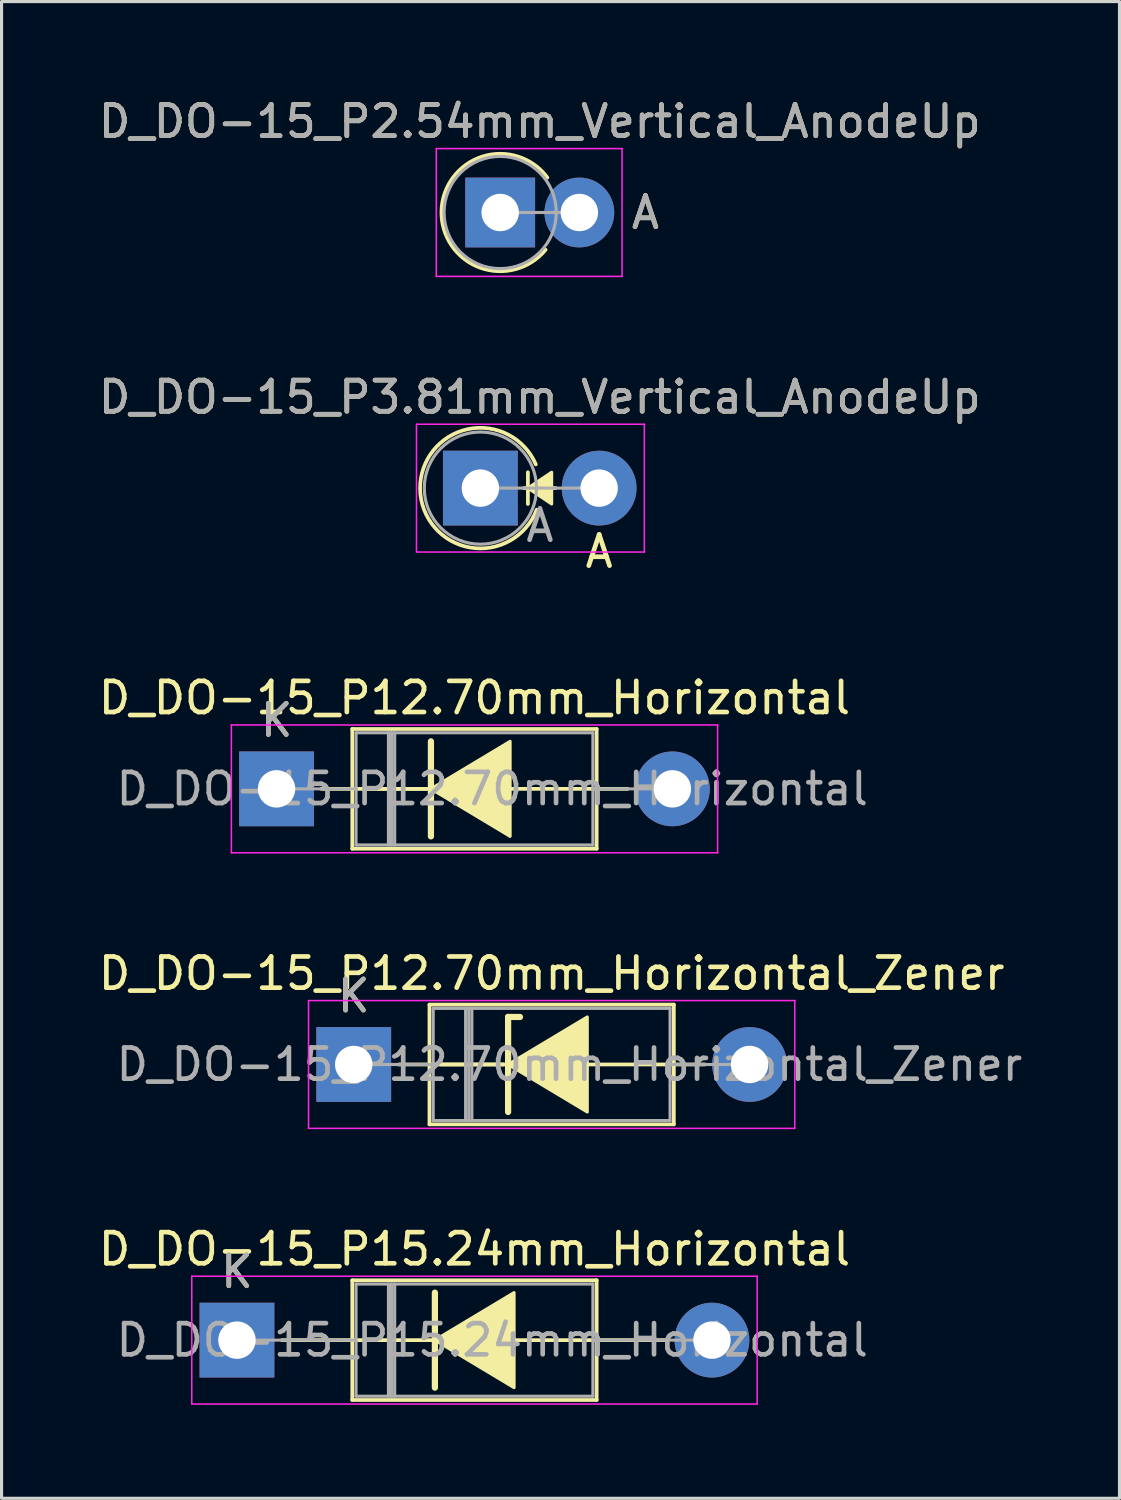
<source format=kicad_pcb>
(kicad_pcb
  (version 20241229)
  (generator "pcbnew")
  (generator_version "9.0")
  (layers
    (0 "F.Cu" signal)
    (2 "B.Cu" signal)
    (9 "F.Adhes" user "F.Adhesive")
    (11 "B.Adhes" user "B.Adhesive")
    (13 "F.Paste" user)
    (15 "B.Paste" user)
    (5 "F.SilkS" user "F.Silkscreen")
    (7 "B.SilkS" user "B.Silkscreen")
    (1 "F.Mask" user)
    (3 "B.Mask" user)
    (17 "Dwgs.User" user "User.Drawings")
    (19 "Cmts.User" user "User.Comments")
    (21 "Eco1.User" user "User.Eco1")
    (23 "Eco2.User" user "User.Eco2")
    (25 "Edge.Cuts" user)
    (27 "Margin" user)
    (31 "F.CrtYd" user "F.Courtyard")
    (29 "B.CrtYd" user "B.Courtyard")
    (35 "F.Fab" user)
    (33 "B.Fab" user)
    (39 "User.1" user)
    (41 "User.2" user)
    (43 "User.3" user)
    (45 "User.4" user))
  (footprint "D_DO-15_P12.70mm_Horizontal"
    (layer "F.Cu")
    (at 5.823 22.26)
    (property "Reference" "D_DO-15_P12.70mm_Horizontal" (at 6.35 -2.92 0) (layer "F.SilkS") (effects (font (size 1 1) (thickness 0.15))))
    (attr through_hole)
    (fp_line (start 1.44 0) (end 2.43 0) (stroke (width 0.12) (type solid)) (layer "F.SilkS"))
    (fp_line (start 2.413 0) (end 4.8 0) (stroke (width 0.12) (type solid)) (layer "F.SilkS"))
    (fp_line (start 2.43 -1.92) (end 2.43 1.92) (stroke (width 0.12) (type solid)) (layer "F.SilkS"))
    (fp_line (start 2.43 1.92) (end 10.27 1.92) (stroke (width 0.12) (type solid)) (layer "F.SilkS"))
    (fp_line (start 4.953 -1.524) (end 4.953 1.524) (stroke (width 0.2) (type solid)) (layer "F.SilkS"))
    (fp_line (start 4.953 0) (end 2.8 0) (stroke (width 0.12) (type solid)) (layer "F.SilkS"))
    (fp_line (start 10.27 -1.92) (end 2.43 -1.92) (stroke (width 0.12) (type solid)) (layer "F.SilkS"))
    (fp_line (start 10.27 0) (end 7.493 0) (stroke (width 0.12) (type solid)) (layer "F.SilkS"))
    (fp_line (start 10.27 1.92) (end 10.27 -1.92) (stroke (width 0.12) (type solid)) (layer "F.SilkS"))
    (fp_line (start 11.26 0) (end 10.27 0) (stroke (width 0.12) (type solid)) (layer "F.SilkS"))
    (fp_poly (pts (xy 7.493 1.524) (xy 4.953 0) (xy 7.493 -1.524)) (stroke (width 0.1) (type solid)) (fill yes) (layer "F.SilkS"))
    (fp_line (start -1.45 -2.05) (end -1.45 2.05) (stroke (width 0.05) (type solid)) (layer "F.CrtYd"))
    (fp_line (start -1.45 2.05) (end 14.15 2.05) (stroke (width 0.05) (type solid)) (layer "F.CrtYd"))
    (fp_line (start 14.15 -2.05) (end -1.45 -2.05) (stroke (width 0.05) (type solid)) (layer "F.CrtYd"))
    (fp_line (start 14.15 2.05) (end 14.15 -2.05) (stroke (width 0.05) (type solid)) (layer "F.CrtYd"))
    (fp_line (start 0 0) (end 2.55 0) (stroke (width 0.1) (type solid)) (layer "F.Fab"))
    (fp_line (start 2.55 -1.8) (end 2.55 1.8) (stroke (width 0.1) (type solid)) (layer "F.Fab"))
    (fp_line (start 2.55 1.8) (end 10.15 1.8) (stroke (width 0.1) (type solid)) (layer "F.Fab"))
    (fp_line (start 3.59 -1.8) (end 3.59 1.8) (stroke (width 0.1) (type solid)) (layer "F.Fab"))
    (fp_line (start 3.69 -1.8) (end 3.69 1.8) (stroke (width 0.1) (type solid)) (layer "F.Fab"))
    (fp_line (start 3.79 -1.8) (end 3.79 1.8) (stroke (width 0.1) (type solid)) (layer "F.Fab"))
    (fp_line (start 10.15 -1.8) (end 2.55 -1.8) (stroke (width 0.1) (type solid)) (layer "F.Fab"))
    (fp_line (start 10.15 1.8) (end 10.15 -1.8) (stroke (width 0.1) (type solid)) (layer "F.Fab"))
    (fp_line (start 12.7 0) (end 10.15 0) (stroke (width 0.1) (type solid)) (layer "F.Fab"))
    (fp_text user "K" (at 0 -2.2 0) (layer "F.SilkS") (effects (font (size 1 1) (thickness 0.15))))
    (fp_text user "K" (at 0 -2.2 0) (layer "F.Fab") (effects (font (size 1 1) (thickness 0.15))))
    (fp_text user "${REFERENCE}" (at 6.92 0 0) (layer "F.Fab") (effects (font (size 1 1) (thickness 0.15))))
    (pad "1" thru_hole rect (at 0 0) (size 2.4 2.4) (drill 1.2) (layers "*.Cu" "*.Mask"))
    (pad "2" thru_hole oval (at 12.7 0) (size 2.4 2.4) (drill 1.2) (layers "*.Cu" "*.Mask")))
  (footprint "D_DO-15_P2.54mm_Vertical_AnodeUp"
    (layer "F.Cu")
    (at 12.998 3.768)
    (property "Reference" "D_DO-15_P2.54mm_Vertical_AnodeUp" (at 1.27 -2.92 0) (layer "F.SilkS") (effects (font (size 1 1) (thickness 0.15))))
    (attr through_hole)
    (fp_arc (start 1.456371 1.194732) (mid -1.883124 -0.047368) (end 1.514596 -1.12) (stroke (width 0.12) (type solid)) (layer "F.SilkS"))
    (fp_line (start -2.05 -2.05) (end -2.05 2.05) (stroke (width 0.05) (type solid)) (layer "F.CrtYd"))
    (fp_line (start -2.05 2.05) (end 3.91 2.05) (stroke (width 0.05) (type solid)) (layer "F.CrtYd"))
    (fp_line (start 3.91 -2.05) (end -2.05 -2.05) (stroke (width 0.05) (type solid)) (layer "F.CrtYd"))
    (fp_line (start 3.91 2.05) (end 3.91 -2.05) (stroke (width 0.05) (type solid)) (layer "F.CrtYd"))
    (fp_line (start 0 0) (end 2.54 0) (stroke (width 0.1) (type solid)) (layer "F.Fab"))
    (fp_circle (center 0 0) (end 1.8 0) (stroke (width 0.1) (type solid)) (fill no) (layer "F.Fab"))
    (fp_text user "A" (at 4.66 0 0) (layer "F.SilkS") (effects (font (size 1 1) (thickness 0.15))))
    (fp_text user "${REFERENCE}" (at 1.27 -2.92 0) (layer "F.Fab") (effects (font (size 1 1) (thickness 0.15))))
    (fp_text user "A" (at 4.66 0 0) (layer "F.Fab") (effects (font (size 1 1) (thickness 0.15))))
    (pad "1" thru_hole rect (at 0 0) (size 2.24 2.24) (drill 1.2) (layers "*.Cu" "*.Mask"))
    (pad "2" thru_hole oval (at 2.54 0) (size 2.24 2.24) (drill 1.2) (layers "*.Cu" "*.Mask")))
  (footprint "D_DO-15_P3.81mm_Vertical_AnodeUp"
    (layer "F.Cu")
    (at 12.363 12.611)
    (property "Reference" "D_DO-15_P3.81mm_Vertical_AnodeUp" (at 1.905 -2.92 0) (layer "F.SilkS") (effects (font (size 1 1) (thickness 0.15))))
    (attr through_hole)
    (fp_line (start 1.397 0) (end 2.413 0) (stroke (width 0.12) (type solid)) (layer "F.SilkS"))
    (fp_line (start 1.524 0.508) (end 1.524 -0.508) (stroke (width 0.12) (type solid)) (layer "F.SilkS"))
    (fp_arc (start 1.806184 0.692547) (mid -1.934042 0.037477) (end 1.777999 -0.761999) (stroke (width 0.12) (type solid)) (layer "F.SilkS"))
    (fp_poly (pts (xy 2.286 0.508) (xy 1.524 0) (xy 2.286 -0.508)) (stroke (width 0.1) (type solid)) (fill yes) (layer "F.SilkS"))
    (fp_line (start -2.05 -2.05) (end -2.05 2.05) (stroke (width 0.05) (type solid)) (layer "F.CrtYd"))
    (fp_line (start -2.05 2.05) (end 5.26 2.05) (stroke (width 0.05) (type solid)) (layer "F.CrtYd"))
    (fp_line (start 5.26 -2.05) (end -2.05 -2.05) (stroke (width 0.05) (type solid)) (layer "F.CrtYd"))
    (fp_line (start 5.26 2.05) (end 5.26 -2.05) (stroke (width 0.05) (type solid)) (layer "F.CrtYd"))
    (fp_line (start 0 0) (end 3.81 0) (stroke (width 0.1) (type solid)) (layer "F.Fab"))
    (fp_circle (center 0 0) (end 1.8 0) (stroke (width 0.1) (type solid)) (fill no) (layer "F.Fab"))
    (fp_text user "A" (at 3.81 2.032 0) (layer "F.SilkS") (effects (font (size 1 1) (thickness 0.15))))
    (fp_text user "${REFERENCE}" (at 1.905 -2.92 0) (layer "F.Fab") (effects (font (size 1 1) (thickness 0.15))))
    (fp_text user "A" (at 1.91 1.2 0) (layer "F.Fab") (effects (font (size 1 1) (thickness 0.15))))
    (pad "1" thru_hole rect (at 0 0) (size 2.4 2.4) (drill 1.2) (layers "*.Cu" "*.Mask"))
    (pad "2" thru_hole oval (at 3.81 0) (size 2.4 2.4) (drill 1.2) (layers "*.Cu" "*.Mask")))
  (footprint "D_DO-15_P12.70mm_Horizontal_Zener"
    (layer "F.Cu")
    (at 8.299 31.103)
    (property "Reference" "D_DO-15_P12.70mm_Horizontal_Zener" (at 6.35 -2.92 0) (layer "F.SilkS") (effects (font (size 1 1) (thickness 0.15))))
    (attr through_hole)
    (fp_line (start 1.44 0) (end 2.43 0) (stroke (width 0.12) (type solid)) (layer "F.SilkS"))
    (fp_line (start 2.413 0) (end 4.8 0) (stroke (width 0.12) (type solid)) (layer "F.SilkS"))
    (fp_line (start 2.43 -1.92) (end 2.43 1.92) (stroke (width 0.12) (type solid)) (layer "F.SilkS"))
    (fp_line (start 2.43 1.92) (end 10.27 1.92) (stroke (width 0.12) (type solid)) (layer "F.SilkS"))
    (fp_line (start 4.953 -1.524) (end 4.953 1.524) (stroke (width 0.2) (type solid)) (layer "F.SilkS"))
    (fp_line (start 4.953 -1.524) (end 5.334 -1.524) (stroke (width 0.2) (type solid)) (layer "F.SilkS"))
    (fp_line (start 4.953 0) (end 2.8 0) (stroke (width 0.12) (type solid)) (layer "F.SilkS"))
    (fp_line (start 10.27 -1.92) (end 2.43 -1.92) (stroke (width 0.12) (type solid)) (layer "F.SilkS"))
    (fp_line (start 10.27 0) (end 7.493 0) (stroke (width 0.12) (type solid)) (layer "F.SilkS"))
    (fp_line (start 10.27 1.92) (end 10.27 -1.92) (stroke (width 0.12) (type solid)) (layer "F.SilkS"))
    (fp_line (start 11.26 0) (end 10.27 0) (stroke (width 0.12) (type solid)) (layer "F.SilkS"))
    (fp_poly (pts (xy 7.493 1.524) (xy 4.953 0) (xy 7.493 -1.524)) (stroke (width 0.1) (type solid)) (fill yes) (layer "F.SilkS"))
    (fp_line (start -1.45 -2.05) (end -1.45 2.05) (stroke (width 0.05) (type solid)) (layer "F.CrtYd"))
    (fp_line (start -1.45 2.05) (end 14.15 2.05) (stroke (width 0.05) (type solid)) (layer "F.CrtYd"))
    (fp_line (start 14.15 -2.05) (end -1.45 -2.05) (stroke (width 0.05) (type solid)) (layer "F.CrtYd"))
    (fp_line (start 14.15 2.05) (end 14.15 -2.05) (stroke (width 0.05) (type solid)) (layer "F.CrtYd"))
    (fp_line (start 0 0) (end 2.55 0) (stroke (width 0.1) (type solid)) (layer "F.Fab"))
    (fp_line (start 2.55 -1.8) (end 2.55 1.8) (stroke (width 0.1) (type solid)) (layer "F.Fab"))
    (fp_line (start 2.55 1.8) (end 10.15 1.8) (stroke (width 0.1) (type solid)) (layer "F.Fab"))
    (fp_line (start 3.59 -1.8) (end 3.59 1.8) (stroke (width 0.1) (type solid)) (layer "F.Fab"))
    (fp_line (start 3.69 -1.8) (end 3.69 1.8) (stroke (width 0.1) (type solid)) (layer "F.Fab"))
    (fp_line (start 3.79 -1.8) (end 3.79 1.8) (stroke (width 0.1) (type solid)) (layer "F.Fab"))
    (fp_line (start 10.15 -1.8) (end 2.55 -1.8) (stroke (width 0.1) (type solid)) (layer "F.Fab"))
    (fp_line (start 10.15 1.8) (end 10.15 -1.8) (stroke (width 0.1) (type solid)) (layer "F.Fab"))
    (fp_line (start 12.7 0) (end 10.15 0) (stroke (width 0.1) (type solid)) (layer "F.Fab"))
    (fp_text user "K" (at 0 -2.2 0) (layer "F.SilkS") (effects (font (size 1 1) (thickness 0.15))))
    (fp_text user "${REFERENCE}" (at 6.92 0 0) (layer "F.Fab") (effects (font (size 1 1) (thickness 0.15))))
    (fp_text user "K" (at 0 -2.2 0) (layer "F.Fab") (effects (font (size 1 1) (thickness 0.15))))
    (pad "1" thru_hole rect (at 0 0) (size 2.4 2.4) (drill 1.2) (layers "*.Cu" "*.Mask"))
    (pad "2" thru_hole oval (at 12.7 0) (size 2.4 2.4) (drill 1.2) (layers "*.Cu" "*.Mask")))
  (footprint "D_DO-15_P15.24mm_Horizontal"
    (layer "F.Cu")
    (at 4.553 39.947)
    (property "Reference" "D_DO-15_P15.24mm_Horizontal" (at 7.62 -2.92 0) (layer "F.SilkS") (effects (font (size 1 1) (thickness 0.15))))
    (attr through_hole)
    (fp_line (start 1.44 0) (end 3.7 0) (stroke (width 0.12) (type solid)) (layer "F.SilkS"))
    (fp_line (start 3.7 -1.92) (end 3.7 1.92) (stroke (width 0.12) (type solid)) (layer "F.SilkS"))
    (fp_line (start 3.7 1.92) (end 11.54 1.92) (stroke (width 0.12) (type solid)) (layer "F.SilkS"))
    (fp_line (start 6.35 -1.524) (end 6.35 1.524) (stroke (width 0.2) (type solid)) (layer "F.SilkS"))
    (fp_line (start 6.35 0) (end 3.683 0) (stroke (width 0.12) (type solid)) (layer "F.SilkS"))
    (fp_line (start 11.54 -1.92) (end 3.7 -1.92) (stroke (width 0.12) (type solid)) (layer "F.SilkS"))
    (fp_line (start 11.54 0) (end 8.89 0) (stroke (width 0.12) (type solid)) (layer "F.SilkS"))
    (fp_line (start 11.54 1.92) (end 11.54 -1.92) (stroke (width 0.12) (type solid)) (layer "F.SilkS"))
    (fp_line (start 13.8 0) (end 11.54 0) (stroke (width 0.12) (type solid)) (layer "F.SilkS"))
    (fp_poly (pts (xy 8.89 1.524) (xy 6.35 0) (xy 8.89 -1.524)) (stroke (width 0.1) (type solid)) (fill yes) (layer "F.SilkS"))
    (fp_line (start -1.45 -2.05) (end -1.45 2.05) (stroke (width 0.05) (type solid)) (layer "F.CrtYd"))
    (fp_line (start -1.45 2.05) (end 16.69 2.05) (stroke (width 0.05) (type solid)) (layer "F.CrtYd"))
    (fp_line (start 16.69 -2.05) (end -1.45 -2.05) (stroke (width 0.05) (type solid)) (layer "F.CrtYd"))
    (fp_line (start 16.69 2.05) (end 16.69 -2.05) (stroke (width 0.05) (type solid)) (layer "F.CrtYd"))
    (fp_line (start 0 0) (end 3.82 0) (stroke (width 0.1) (type solid)) (layer "F.Fab"))
    (fp_line (start 3.82 -1.8) (end 3.82 1.8) (stroke (width 0.1) (type solid)) (layer "F.Fab"))
    (fp_line (start 3.82 1.8) (end 11.42 1.8) (stroke (width 0.1) (type solid)) (layer "F.Fab"))
    (fp_line (start 4.86 -1.8) (end 4.86 1.8) (stroke (width 0.1) (type solid)) (layer "F.Fab"))
    (fp_line (start 4.96 -1.8) (end 4.96 1.8) (stroke (width 0.1) (type solid)) (layer "F.Fab"))
    (fp_line (start 5.06 -1.8) (end 5.06 1.8) (stroke (width 0.1) (type solid)) (layer "F.Fab"))
    (fp_line (start 11.42 -1.8) (end 3.82 -1.8) (stroke (width 0.1) (type solid)) (layer "F.Fab"))
    (fp_line (start 11.42 1.8) (end 11.42 -1.8) (stroke (width 0.1) (type solid)) (layer "F.Fab"))
    (fp_line (start 15.24 0) (end 11.42 0) (stroke (width 0.1) (type solid)) (layer "F.Fab"))
    (fp_text user "K" (at 0 -2.2 0) (layer "F.SilkS") (effects (font (size 1 1) (thickness 0.15))))
    (fp_text user "K" (at 0 -2.2 0) (layer "F.Fab") (effects (font (size 1 1) (thickness 0.15))))
    (fp_text user "${REFERENCE}" (at 8.19 0 0) (layer "F.Fab") (effects (font (size 1 1) (thickness 0.15))))
    (pad "1" thru_hole rect (at 0 0) (size 2.4 2.4) (drill 1.2) (layers "*.Cu" "*.Mask"))
    (pad "2" thru_hole oval (at 15.24 0) (size 2.4 2.4) (drill 1.2) (layers "*.Cu" "*.Mask")))
  (gr_rect
    (start -3 -3)
    (end 32.868 45.022)
    (stroke (width 0.1) (type default))
    (fill no)
    (layer "Edge.Cuts")))
</source>
